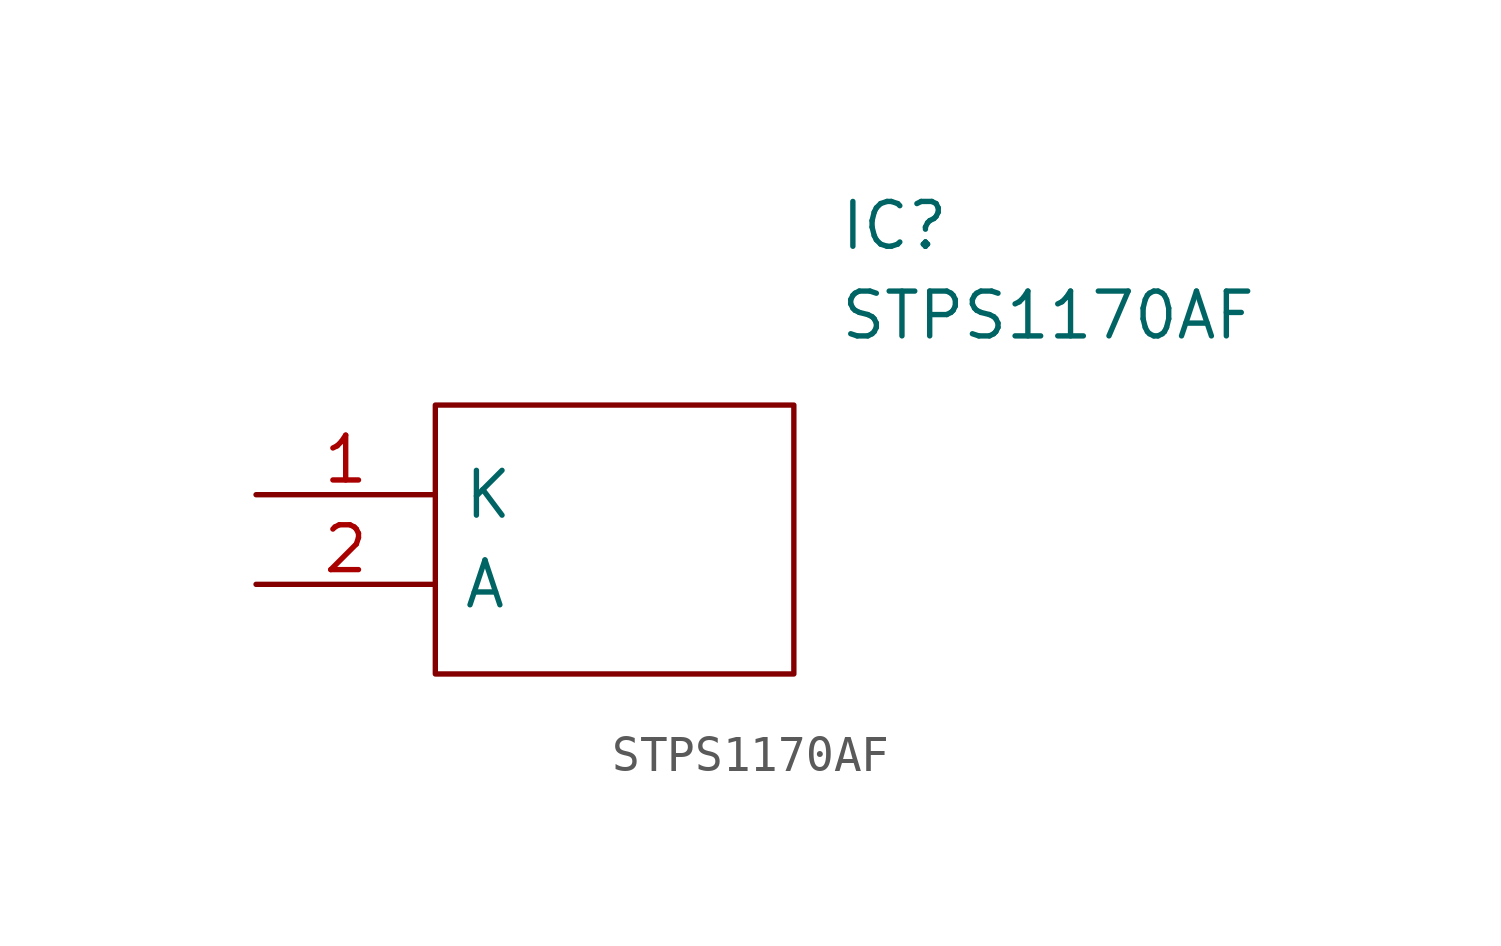
<source format=kicad_sym>
(kicad_symbol_lib
  (version 20220914)
  (generator kicad_symbol_editor)
  (symbol "STPS1170AF"
    (pin_names
      (offset 0.762))
    (property "Reference" "IC"
      (at 16.51 7.62 0)
      (effects (font (size 1.27 1.27)) (justify left)))
    (property "Value" "STPS1170AF"
      (at 16.51 5.08 0)
      (effects (font (size 1.27 1.27)) (justify left)))
    (symbol "STPS1170AF_0_0"
      (pin passive line (at 0 0 0) (length 5.08) (name "K" (effects (font (size 1.27 1.27)))) (number "1" (effects (font (size 1.27 1.27)))))
      (pin passive line (at 0 -2.54 0) (length 5.08) (name "A" (effects (font (size 1.27 1.27)))) (number "2" (effects (font (size 1.27 1.27))))))
    (symbol "STPS1170AF_0_1"
      (polyline (pts (xy 5.08 2.54) (xy 15.24 2.54) (xy 15.24 -5.08) (xy 5.08 -5.08) (xy 5.08 2.54)) (stroke (width 0.152) (type solid)) (fill (type none))))))
</source>
